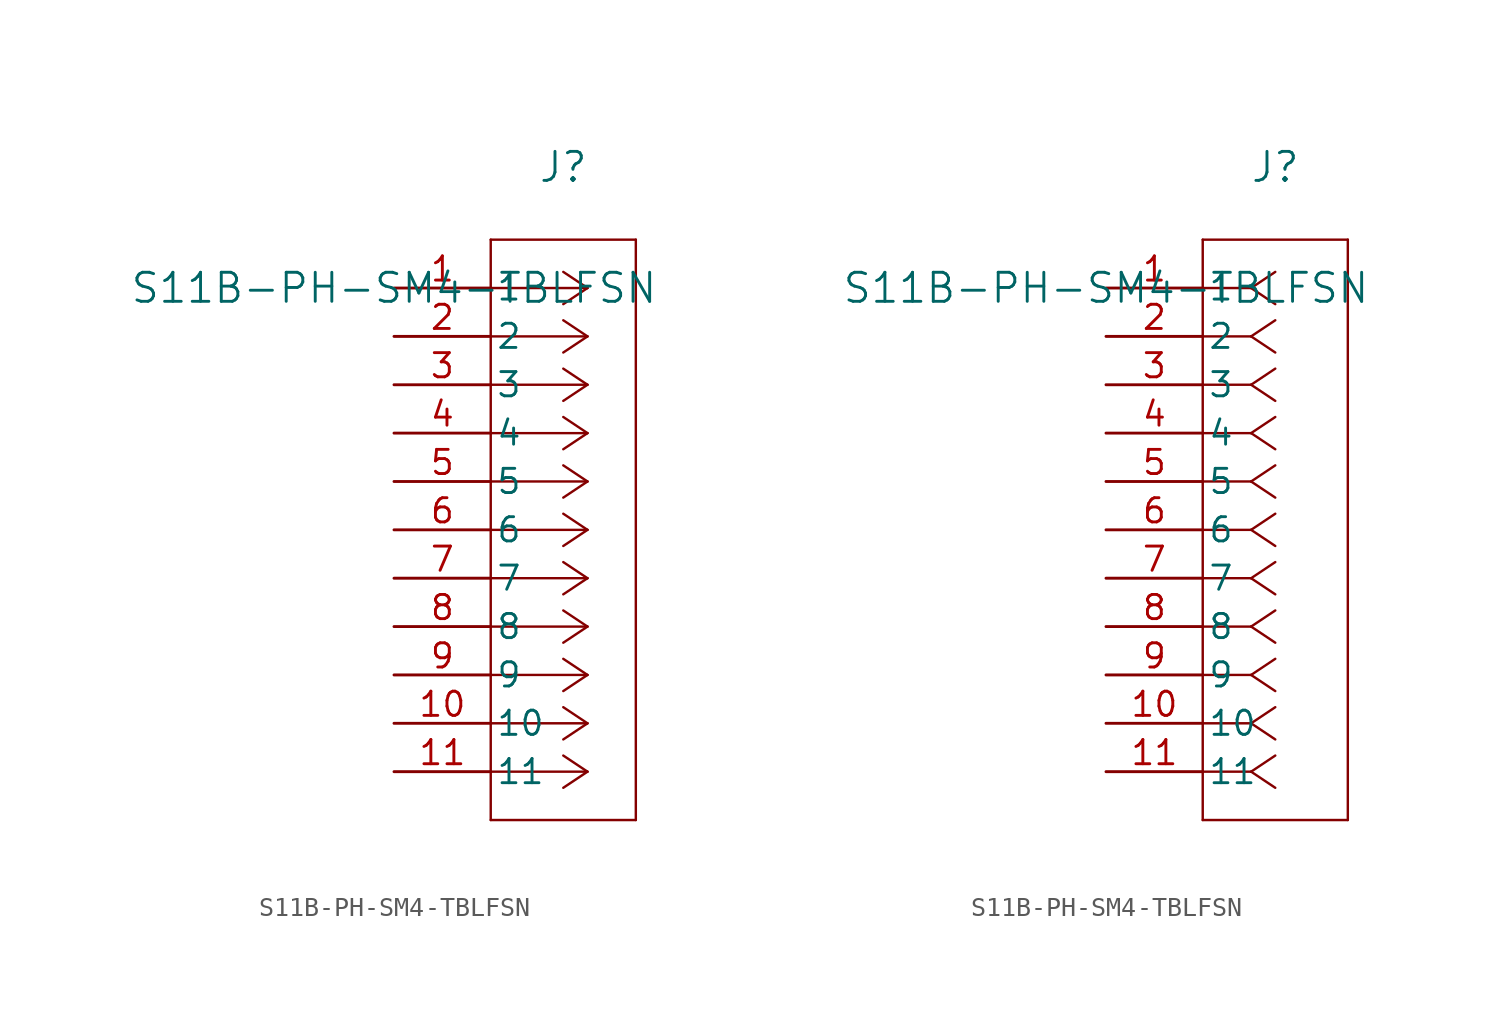
<source format=kicad_sym>
(kicad_symbol_lib
  (version 20211014)
  (generator kicad_symbol_editor)
  (symbol "S11B-PH-SM4-TBLFSN"
    (pin_names
      (offset 0.254))
    (property "Reference" "J"
      (at 8.89 6.35 0)
      (effects (font (size 1.524 1.524))))
    (property "Value" "S11B-PH-SM4-TBLFSN"
      (at 0 0 0)
      (effects (font (size 1.524 1.524))))
    (symbol "S11B-PH-SM4-TBLFSN_1_1"
      (polyline (pts (xy 10.16 0) (xy 5.08 0)) (stroke (width 0.127) (type default) (color 0 0 0 0)) (fill (type none)))
      (polyline (pts (xy 10.16 -2.54) (xy 5.08 -2.54)) (stroke (width 0.127) (type default) (color 0 0 0 0)) (fill (type none)))
      (polyline (pts (xy 10.16 -5.08) (xy 5.08 -5.08)) (stroke (width 0.127) (type default) (color 0 0 0 0)) (fill (type none)))
      (polyline (pts (xy 10.16 -7.62) (xy 5.08 -7.62)) (stroke (width 0.127) (type default) (color 0 0 0 0)) (fill (type none)))
      (polyline (pts (xy 10.16 -10.16) (xy 5.08 -10.16)) (stroke (width 0.127) (type default) (color 0 0 0 0)) (fill (type none)))
      (polyline (pts (xy 10.16 -12.7) (xy 5.08 -12.7)) (stroke (width 0.127) (type default) (color 0 0 0 0)) (fill (type none)))
      (polyline (pts (xy 10.16 -15.24) (xy 5.08 -15.24)) (stroke (width 0.127) (type default) (color 0 0 0 0)) (fill (type none)))
      (polyline (pts (xy 10.16 -17.78) (xy 5.08 -17.78)) (stroke (width 0.127) (type default) (color 0 0 0 0)) (fill (type none)))
      (polyline (pts (xy 10.16 -20.32) (xy 5.08 -20.32)) (stroke (width 0.127) (type default) (color 0 0 0 0)) (fill (type none)))
      (polyline (pts (xy 10.16 -22.86) (xy 5.08 -22.86)) (stroke (width 0.127) (type default) (color 0 0 0 0)) (fill (type none)))
      (polyline (pts (xy 10.16 -25.4) (xy 5.08 -25.4)) (stroke (width 0.127) (type default) (color 0 0 0 0)) (fill (type none)))
      (polyline (pts (xy 10.16 0) (xy 8.89 0.847)) (stroke (width 0.127) (type default) (color 0 0 0 0)) (fill (type none)))
      (polyline (pts (xy 10.16 -2.54) (xy 8.89 -1.693)) (stroke (width 0.127) (type default) (color 0 0 0 0)) (fill (type none)))
      (polyline (pts (xy 10.16 -5.08) (xy 8.89 -4.233)) (stroke (width 0.127) (type default) (color 0 0 0 0)) (fill (type none)))
      (polyline (pts (xy 10.16 -7.62) (xy 8.89 -6.773)) (stroke (width 0.127) (type default) (color 0 0 0 0)) (fill (type none)))
      (polyline (pts (xy 10.16 -10.16) (xy 8.89 -9.313)) (stroke (width 0.127) (type default) (color 0 0 0 0)) (fill (type none)))
      (polyline (pts (xy 10.16 -12.7) (xy 8.89 -11.853)) (stroke (width 0.127) (type default) (color 0 0 0 0)) (fill (type none)))
      (polyline (pts (xy 10.16 -15.24) (xy 8.89 -14.393)) (stroke (width 0.127) (type default) (color 0 0 0 0)) (fill (type none)))
      (polyline (pts (xy 10.16 -17.78) (xy 8.89 -16.933)) (stroke (width 0.127) (type default) (color 0 0 0 0)) (fill (type none)))
      (polyline (pts (xy 10.16 -20.32) (xy 8.89 -19.473)) (stroke (width 0.127) (type default) (color 0 0 0 0)) (fill (type none)))
      (polyline (pts (xy 10.16 -22.86) (xy 8.89 -22.013)) (stroke (width 0.127) (type default) (color 0 0 0 0)) (fill (type none)))
      (polyline (pts (xy 10.16 -25.4) (xy 8.89 -24.553)) (stroke (width 0.127) (type default) (color 0 0 0 0)) (fill (type none)))
      (polyline (pts (xy 10.16 0) (xy 8.89 -0.847)) (stroke (width 0.127) (type default) (color 0 0 0 0)) (fill (type none)))
      (polyline (pts (xy 10.16 -2.54) (xy 8.89 -3.387)) (stroke (width 0.127) (type default) (color 0 0 0 0)) (fill (type none)))
      (polyline (pts (xy 10.16 -5.08) (xy 8.89 -5.927)) (stroke (width 0.127) (type default) (color 0 0 0 0)) (fill (type none)))
      (polyline (pts (xy 10.16 -7.62) (xy 8.89 -8.467)) (stroke (width 0.127) (type default) (color 0 0 0 0)) (fill (type none)))
      (polyline (pts (xy 10.16 -10.16) (xy 8.89 -11.007)) (stroke (width 0.127) (type default) (color 0 0 0 0)) (fill (type none)))
      (polyline (pts (xy 10.16 -12.7) (xy 8.89 -13.547)) (stroke (width 0.127) (type default) (color 0 0 0 0)) (fill (type none)))
      (polyline (pts (xy 10.16 -15.24) (xy 8.89 -16.087)) (stroke (width 0.127) (type default) (color 0 0 0 0)) (fill (type none)))
      (polyline (pts (xy 10.16 -17.78) (xy 8.89 -18.627)) (stroke (width 0.127) (type default) (color 0 0 0 0)) (fill (type none)))
      (polyline (pts (xy 10.16 -20.32) (xy 8.89 -21.167)) (stroke (width 0.127) (type default) (color 0 0 0 0)) (fill (type none)))
      (polyline (pts (xy 10.16 -22.86) (xy 8.89 -23.707)) (stroke (width 0.127) (type default) (color 0 0 0 0)) (fill (type none)))
      (polyline (pts (xy 10.16 -25.4) (xy 8.89 -26.247)) (stroke (width 0.127) (type default) (color 0 0 0 0)) (fill (type none)))
      (polyline (pts (xy 5.08 2.54) (xy 5.08 -27.94)) (stroke (width 0.127) (type default) (color 0 0 0 0)) (fill (type none)))
      (polyline (pts (xy 5.08 -27.94) (xy 12.7 -27.94)) (stroke (width 0.127) (type default) (color 0 0 0 0)) (fill (type none)))
      (polyline (pts (xy 12.7 -27.94) (xy 12.7 2.54)) (stroke (width 0.127) (type default) (color 0 0 0 0)) (fill (type none)))
      (polyline (pts (xy 12.7 2.54) (xy 5.08 2.54)) (stroke (width 0.127) (type default) (color 0 0 0 0)) (fill (type none)))
      (pin unspecified line (at 0 0 0) (length 5.08) (name "1" (effects (font (size 1.27 1.27)))) (number "1" (effects (font (size 1.27 1.27)))))
      (pin unspecified line (at 0 -2.54 0) (length 5.08) (name "2" (effects (font (size 1.27 1.27)))) (number "2" (effects (font (size 1.27 1.27)))))
      (pin unspecified line (at 0 -5.08 0) (length 5.08) (name "3" (effects (font (size 1.27 1.27)))) (number "3" (effects (font (size 1.27 1.27)))))
      (pin unspecified line (at 0 -7.62 0) (length 5.08) (name "4" (effects (font (size 1.27 1.27)))) (number "4" (effects (font (size 1.27 1.27)))))
      (pin unspecified line (at 0 -10.16 0) (length 5.08) (name "5" (effects (font (size 1.27 1.27)))) (number "5" (effects (font (size 1.27 1.27)))))
      (pin unspecified line (at 0 -12.7 0) (length 5.08) (name "6" (effects (font (size 1.27 1.27)))) (number "6" (effects (font (size 1.27 1.27)))))
      (pin unspecified line (at 0 -15.24 0) (length 5.08) (name "7" (effects (font (size 1.27 1.27)))) (number "7" (effects (font (size 1.27 1.27)))))
      (pin unspecified line (at 0 -17.78 0) (length 5.08) (name "8" (effects (font (size 1.27 1.27)))) (number "8" (effects (font (size 1.27 1.27)))))
      (pin unspecified line (at 0 -20.32 0) (length 5.08) (name "9" (effects (font (size 1.27 1.27)))) (number "9" (effects (font (size 1.27 1.27)))))
      (pin unspecified line (at 0 -22.86 0) (length 5.08) (name "10" (effects (font (size 1.27 1.27)))) (number "10" (effects (font (size 1.27 1.27)))))
      (pin unspecified line (at 0 -25.4 0) (length 5.08) (name "11" (effects (font (size 1.27 1.27)))) (number "11" (effects (font (size 1.27 1.27))))))
    (symbol "S11B-PH-SM4-TBLFSN_1_2"
      (polyline (pts (xy 7.62 0) (xy 5.08 0)) (stroke (width 0.127) (type default) (color 0 0 0 0)) (fill (type none)))
      (polyline (pts (xy 7.62 -2.54) (xy 5.08 -2.54)) (stroke (width 0.127) (type default) (color 0 0 0 0)) (fill (type none)))
      (polyline (pts (xy 7.62 -5.08) (xy 5.08 -5.08)) (stroke (width 0.127) (type default) (color 0 0 0 0)) (fill (type none)))
      (polyline (pts (xy 7.62 -7.62) (xy 5.08 -7.62)) (stroke (width 0.127) (type default) (color 0 0 0 0)) (fill (type none)))
      (polyline (pts (xy 7.62 -10.16) (xy 5.08 -10.16)) (stroke (width 0.127) (type default) (color 0 0 0 0)) (fill (type none)))
      (polyline (pts (xy 7.62 -12.7) (xy 5.08 -12.7)) (stroke (width 0.127) (type default) (color 0 0 0 0)) (fill (type none)))
      (polyline (pts (xy 7.62 -15.24) (xy 5.08 -15.24)) (stroke (width 0.127) (type default) (color 0 0 0 0)) (fill (type none)))
      (polyline (pts (xy 7.62 -17.78) (xy 5.08 -17.78)) (stroke (width 0.127) (type default) (color 0 0 0 0)) (fill (type none)))
      (polyline (pts (xy 7.62 -20.32) (xy 5.08 -20.32)) (stroke (width 0.127) (type default) (color 0 0 0 0)) (fill (type none)))
      (polyline (pts (xy 7.62 -22.86) (xy 5.08 -22.86)) (stroke (width 0.127) (type default) (color 0 0 0 0)) (fill (type none)))
      (polyline (pts (xy 7.62 -25.4) (xy 5.08 -25.4)) (stroke (width 0.127) (type default) (color 0 0 0 0)) (fill (type none)))
      (polyline (pts (xy 7.62 0) (xy 8.89 0.847)) (stroke (width 0.127) (type default) (color 0 0 0 0)) (fill (type none)))
      (polyline (pts (xy 7.62 -2.54) (xy 8.89 -1.693)) (stroke (width 0.127) (type default) (color 0 0 0 0)) (fill (type none)))
      (polyline (pts (xy 7.62 -5.08) (xy 8.89 -4.233)) (stroke (width 0.127) (type default) (color 0 0 0 0)) (fill (type none)))
      (polyline (pts (xy 7.62 -7.62) (xy 8.89 -6.773)) (stroke (width 0.127) (type default) (color 0 0 0 0)) (fill (type none)))
      (polyline (pts (xy 7.62 -10.16) (xy 8.89 -9.313)) (stroke (width 0.127) (type default) (color 0 0 0 0)) (fill (type none)))
      (polyline (pts (xy 7.62 -12.7) (xy 8.89 -11.853)) (stroke (width 0.127) (type default) (color 0 0 0 0)) (fill (type none)))
      (polyline (pts (xy 7.62 -15.24) (xy 8.89 -14.393)) (stroke (width 0.127) (type default) (color 0 0 0 0)) (fill (type none)))
      (polyline (pts (xy 7.62 -17.78) (xy 8.89 -16.933)) (stroke (width 0.127) (type default) (color 0 0 0 0)) (fill (type none)))
      (polyline (pts (xy 7.62 -20.32) (xy 8.89 -19.473)) (stroke (width 0.127) (type default) (color 0 0 0 0)) (fill (type none)))
      (polyline (pts (xy 7.62 -22.86) (xy 8.89 -22.013)) (stroke (width 0.127) (type default) (color 0 0 0 0)) (fill (type none)))
      (polyline (pts (xy 7.62 -25.4) (xy 8.89 -24.553)) (stroke (width 0.127) (type default) (color 0 0 0 0)) (fill (type none)))
      (polyline (pts (xy 7.62 0) (xy 8.89 -0.847)) (stroke (width 0.127) (type default) (color 0 0 0 0)) (fill (type none)))
      (polyline (pts (xy 7.62 -2.54) (xy 8.89 -3.387)) (stroke (width 0.127) (type default) (color 0 0 0 0)) (fill (type none)))
      (polyline (pts (xy 7.62 -5.08) (xy 8.89 -5.927)) (stroke (width 0.127) (type default) (color 0 0 0 0)) (fill (type none)))
      (polyline (pts (xy 7.62 -7.62) (xy 8.89 -8.467)) (stroke (width 0.127) (type default) (color 0 0 0 0)) (fill (type none)))
      (polyline (pts (xy 7.62 -10.16) (xy 8.89 -11.007)) (stroke (width 0.127) (type default) (color 0 0 0 0)) (fill (type none)))
      (polyline (pts (xy 7.62 -12.7) (xy 8.89 -13.547)) (stroke (width 0.127) (type default) (color 0 0 0 0)) (fill (type none)))
      (polyline (pts (xy 7.62 -15.24) (xy 8.89 -16.087)) (stroke (width 0.127) (type default) (color 0 0 0 0)) (fill (type none)))
      (polyline (pts (xy 7.62 -17.78) (xy 8.89 -18.627)) (stroke (width 0.127) (type default) (color 0 0 0 0)) (fill (type none)))
      (polyline (pts (xy 7.62 -20.32) (xy 8.89 -21.167)) (stroke (width 0.127) (type default) (color 0 0 0 0)) (fill (type none)))
      (polyline (pts (xy 7.62 -22.86) (xy 8.89 -23.707)) (stroke (width 0.127) (type default) (color 0 0 0 0)) (fill (type none)))
      (polyline (pts (xy 7.62 -25.4) (xy 8.89 -26.247)) (stroke (width 0.127) (type default) (color 0 0 0 0)) (fill (type none)))
      (polyline (pts (xy 5.08 2.54) (xy 5.08 -27.94)) (stroke (width 0.127) (type default) (color 0 0 0 0)) (fill (type none)))
      (polyline (pts (xy 5.08 -27.94) (xy 12.7 -27.94)) (stroke (width 0.127) (type default) (color 0 0 0 0)) (fill (type none)))
      (polyline (pts (xy 12.7 -27.94) (xy 12.7 2.54)) (stroke (width 0.127) (type default) (color 0 0 0 0)) (fill (type none)))
      (polyline (pts (xy 12.7 2.54) (xy 5.08 2.54)) (stroke (width 0.127) (type default) (color 0 0 0 0)) (fill (type none)))
      (pin unspecified line (at 0 0 0) (length 5.08) (name "1" (effects (font (size 1.27 1.27)))) (number "1" (effects (font (size 1.27 1.27)))))
      (pin unspecified line (at 0 -2.54 0) (length 5.08) (name "2" (effects (font (size 1.27 1.27)))) (number "2" (effects (font (size 1.27 1.27)))))
      (pin unspecified line (at 0 -5.08 0) (length 5.08) (name "3" (effects (font (size 1.27 1.27)))) (number "3" (effects (font (size 1.27 1.27)))))
      (pin unspecified line (at 0 -7.62 0) (length 5.08) (name "4" (effects (font (size 1.27 1.27)))) (number "4" (effects (font (size 1.27 1.27)))))
      (pin unspecified line (at 0 -10.16 0) (length 5.08) (name "5" (effects (font (size 1.27 1.27)))) (number "5" (effects (font (size 1.27 1.27)))))
      (pin unspecified line (at 0 -12.7 0) (length 5.08) (name "6" (effects (font (size 1.27 1.27)))) (number "6" (effects (font (size 1.27 1.27)))))
      (pin unspecified line (at 0 -15.24 0) (length 5.08) (name "7" (effects (font (size 1.27 1.27)))) (number "7" (effects (font (size 1.27 1.27)))))
      (pin unspecified line (at 0 -17.78 0) (length 5.08) (name "8" (effects (font (size 1.27 1.27)))) (number "8" (effects (font (size 1.27 1.27)))))
      (pin unspecified line (at 0 -20.32 0) (length 5.08) (name "9" (effects (font (size 1.27 1.27)))) (number "9" (effects (font (size 1.27 1.27)))))
      (pin unspecified line (at 0 -22.86 0) (length 5.08) (name "10" (effects (font (size 1.27 1.27)))) (number "10" (effects (font (size 1.27 1.27)))))
      (pin unspecified line (at 0 -25.4 0) (length 5.08) (name "11" (effects (font (size 1.27 1.27)))) (number "11" (effects (font (size 1.27 1.27))))))))
</source>
